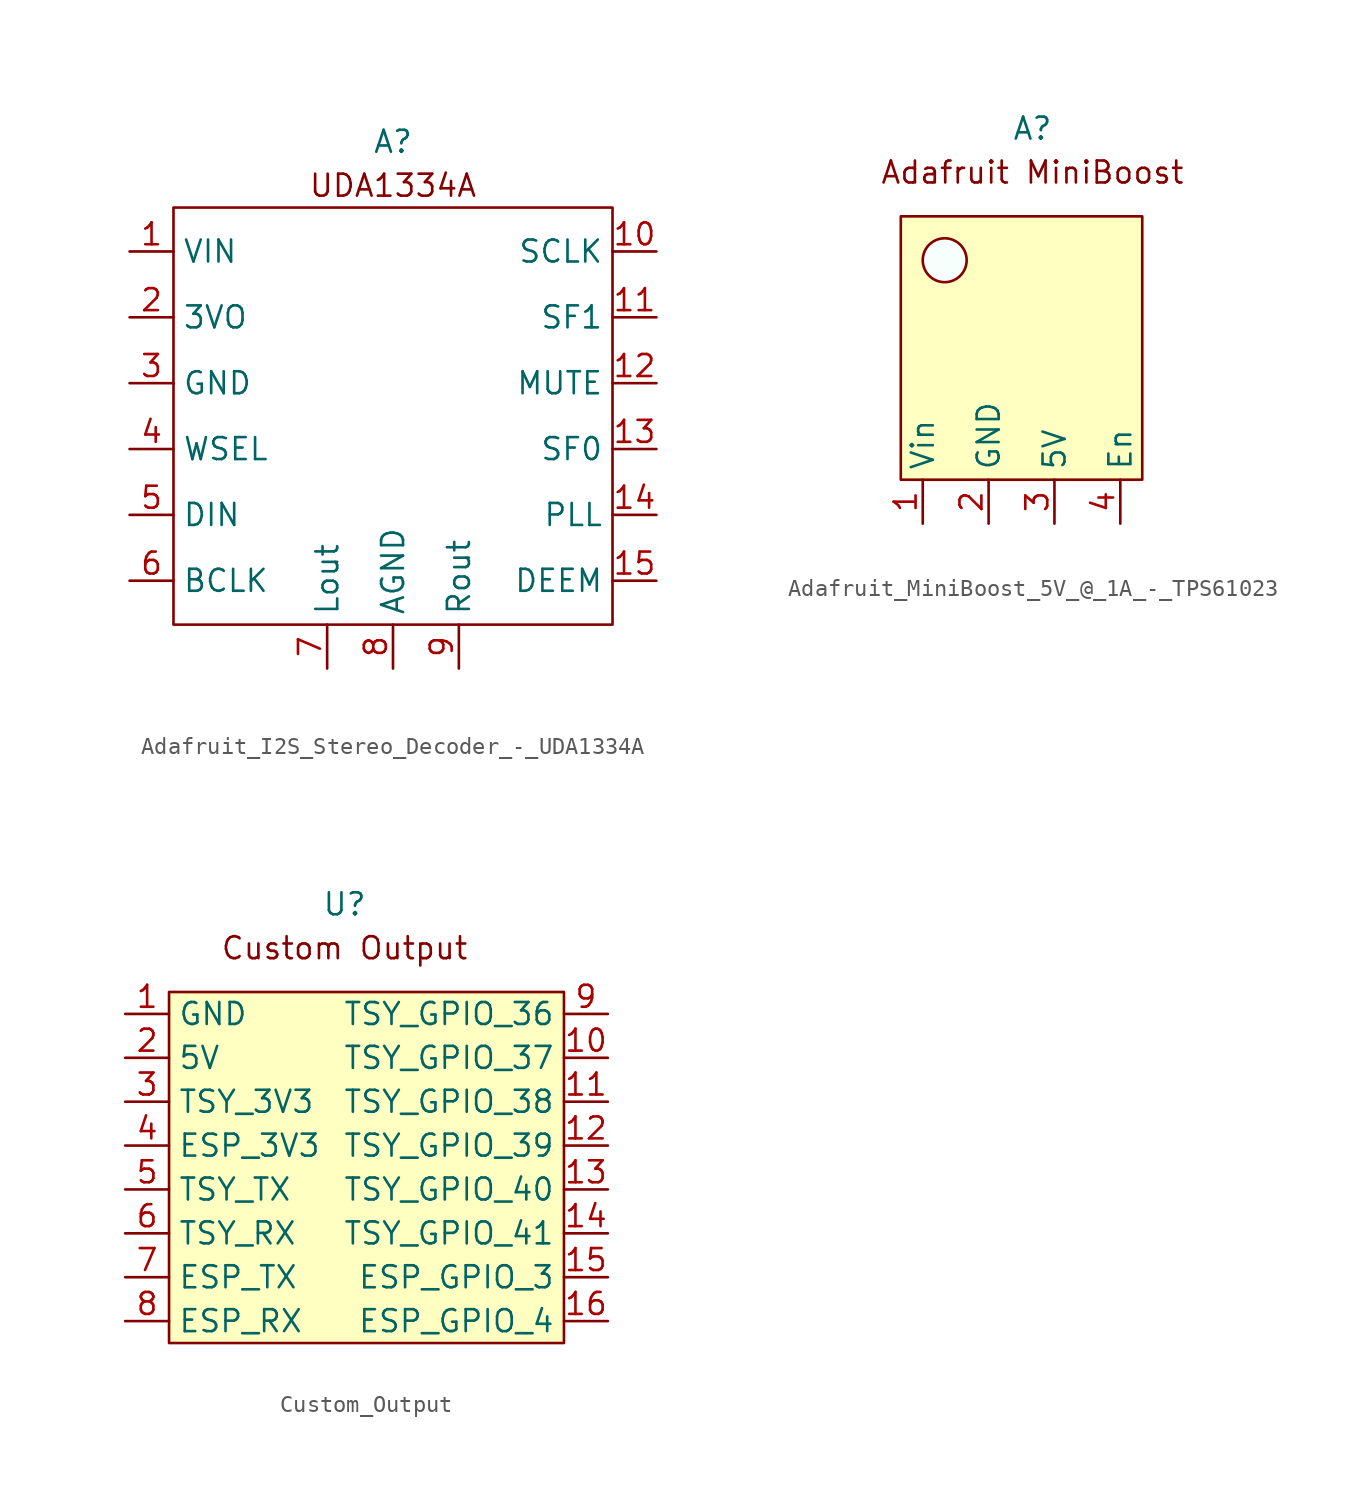
<source format=kicad_sym>
(kicad_symbol_lib
  (version 20220914)
  (generator kicad_symbol_editor)
  (symbol "Adafruit_I2S_Stereo_Decoder_-_UDA1334A"
    (property "Reference" "A"
      (at 0 0 0)
      (effects (font (size 1.27 1.27))))
    (property "Value" ""
      (at -5.08 -3.81 0)
      (effects (font (size 1.27 1.27))))
    (symbol "Adafruit_I2S_Stereo_Decoder_-_UDA1334A_1_1"
      (rectangle (start -12.7 -3.81) (end 12.7 -27.94) (stroke (width 0) (type default)) (fill (type none)))
      (text "UDA1334A\n" (at 0 -2.54 0) (effects (font (size 1.27 1.27))))
      (pin power_in line (at -15.24 -6.35 0) (length 2.54) (name "VIN" (effects (font (size 1.27 1.27)))) (number "1" (effects (font (size 1.27 1.27)))))
      (pin input line (at 15.24 -6.35 180) (length 2.54) (name "SCLK" (effects (font (size 1.27 1.27)))) (number "10" (effects (font (size 1.27 1.27)))))
      (pin input line (at 15.24 -10.16 180) (length 2.54) (name "SF1" (effects (font (size 1.27 1.27)))) (number "11" (effects (font (size 1.27 1.27)))))
      (pin input line (at 15.24 -13.97 180) (length 2.54) (name "MUTE" (effects (font (size 1.27 1.27)))) (number "12" (effects (font (size 1.27 1.27)))))
      (pin input line (at 15.24 -17.78 180) (length 2.54) (name "SF0" (effects (font (size 1.27 1.27)))) (number "13" (effects (font (size 1.27 1.27)))))
      (pin input line (at 15.24 -21.59 180) (length 2.54) (name "PLL" (effects (font (size 1.27 1.27)))) (number "14" (effects (font (size 1.27 1.27)))))
      (pin input line (at 15.24 -25.4 180) (length 2.54) (name "DEEM" (effects (font (size 1.27 1.27)))) (number "15" (effects (font (size 1.27 1.27)))))
      (pin power_out line (at -15.24 -10.16 0) (length 2.54) (name "3VO" (effects (font (size 1.27 1.27)))) (number "2" (effects (font (size 1.27 1.27)))))
      (pin power_in line (at -15.24 -13.97 0) (length 2.54) (name "GND" (effects (font (size 1.27 1.27)))) (number "3" (effects (font (size 1.27 1.27)))))
      (pin input line (at -15.24 -17.78 0) (length 2.54) (name "WSEL" (effects (font (size 1.27 1.27)))) (number "4" (effects (font (size 1.27 1.27)))))
      (pin input line (at -15.24 -21.59 0) (length 2.54) (name "DIN" (effects (font (size 1.27 1.27)))) (number "5" (effects (font (size 1.27 1.27)))))
      (pin input line (at -15.24 -25.4 0) (length 2.54) (name "BCLK" (effects (font (size 1.27 1.27)))) (number "6" (effects (font (size 1.27 1.27)))))
      (pin output line (at -3.81 -30.48 90) (length 2.54) (name "Lout" (effects (font (size 1.27 1.27)))) (number "7" (effects (font (size 1.27 1.27)))))
      (pin output line (at 0 -30.48 90) (length 2.54) (name "AGND" (effects (font (size 1.27 1.27)))) (number "8" (effects (font (size 1.27 1.27)))))
      (pin output line (at 3.81 -30.48 90) (length 2.54) (name "Rout" (effects (font (size 1.27 1.27)))) (number "9" (effects (font (size 1.27 1.27)))))))
  (symbol "Adafruit_MiniBoost_5V_@_1A_-_TPS61023"
    (property "Reference" "A"
      (at 0 0 0)
      (effects (font (size 1.27 1.27))))
    (property "Value" ""
      (at 0 0 0)
      (effects (font (size 1.27 1.27))))
    (symbol "Adafruit_MiniBoost_5V_@_1A_-_TPS61023_1_1"
      (rectangle (start -7.62 -5.08) (end 6.35 -20.32) (stroke (width 0) (type default)) (fill (type background)))
      (circle (center -5.08 -7.62) (radius 1.27) (stroke (width 0) (type default)) (fill (type color) (color 246 255 251 1)))
      (text "Adafruit MiniBoost" (at 0 -2.54 0) (effects (font (size 1.27 1.27))))
      (pin power_in line (at -6.35 -22.86 90) (length 2.54) (name "Vin" (effects (font (size 1.27 1.27)))) (number "1" (effects (font (size 1.27 1.27)))))
      (pin power_in line (at -2.54 -22.86 90) (length 2.54) (name "GND" (effects (font (size 1.27 1.27)))) (number "2" (effects (font (size 1.27 1.27)))))
      (pin power_out line (at 1.27 -22.86 90) (length 2.54) (name "5V" (effects (font (size 1.27 1.27)))) (number "3" (effects (font (size 1.27 1.27)))))
      (pin input line (at 5.08 -22.86 90) (length 2.54) (name "En" (effects (font (size 1.27 1.27)))) (number "4" (effects (font (size 1.27 1.27)))))))
  (symbol "Custom_Output"
    (property "Reference" "U"
      (at 0 0 0)
      (effects (font (size 1.27 1.27))))
    (property "Value" ""
      (at 0 0 0)
      (effects (font (size 1.27 1.27))))
    (symbol "Custom_Output_1_1"
      (rectangle (start -10.16 -5.08) (end 12.7 -25.4) (stroke (width 0) (type default)) (fill (type background)))
      (text "Custom Output" (at 0 -2.54 0) (effects (font (size 1.27 1.27))))
      (pin power_out line (at -12.7 -6.35 0) (length 2.54) (name "GND" (effects (font (size 1.27 1.27)))) (number "1" (effects (font (size 1.27 1.27)))))
      (pin bidirectional line (at 15.24 -8.89 180) (length 2.54) (name "TSY_GPIO_37" (effects (font (size 1.27 1.27)))) (number "10" (effects (font (size 1.27 1.27)))))
      (pin bidirectional line (at 15.24 -11.43 180) (length 2.54) (name "TSY_GPIO_38" (effects (font (size 1.27 1.27)))) (number "11" (effects (font (size 1.27 1.27)))))
      (pin bidirectional line (at 15.24 -13.97 180) (length 2.54) (name "TSY_GPIO_39" (effects (font (size 1.27 1.27)))) (number "12" (effects (font (size 1.27 1.27)))))
      (pin bidirectional line (at 15.24 -16.51 180) (length 2.54) (name "TSY_GPIO_40" (effects (font (size 1.27 1.27)))) (number "13" (effects (font (size 1.27 1.27)))))
      (pin bidirectional line (at 15.24 -19.05 180) (length 2.54) (name "TSY_GPIO_41" (effects (font (size 1.27 1.27)))) (number "14" (effects (font (size 1.27 1.27)))))
      (pin bidirectional line (at 15.24 -21.59 180) (length 2.54) (name "ESP_GPIO_3" (effects (font (size 1.27 1.27)))) (number "15" (effects (font (size 1.27 1.27)))))
      (pin bidirectional line (at 15.24 -24.13 180) (length 2.54) (name "ESP_GPIO_4" (effects (font (size 1.27 1.27)))) (number "16" (effects (font (size 1.27 1.27)))))
      (pin power_out line (at -12.7 -8.89 0) (length 2.54) (name "5V" (effects (font (size 1.27 1.27)))) (number "2" (effects (font (size 1.27 1.27)))))
      (pin power_out line (at -12.7 -11.43 0) (length 2.54) (name "TSY_3V3" (effects (font (size 1.27 1.27)))) (number "3" (effects (font (size 1.27 1.27)))))
      (pin power_out line (at -12.7 -13.97 0) (length 2.54) (name "ESP_3V3" (effects (font (size 1.27 1.27)))) (number "4" (effects (font (size 1.27 1.27)))))
      (pin output line (at -12.7 -16.51 0) (length 2.54) (name "TSY_TX" (effects (font (size 1.27 1.27)))) (number "5" (effects (font (size 1.27 1.27)))))
      (pin input line (at -12.7 -19.05 0) (length 2.54) (name "TSY_RX" (effects (font (size 1.27 1.27)))) (number "6" (effects (font (size 1.27 1.27)))))
      (pin output line (at -12.7 -21.59 0) (length 2.54) (name "ESP_TX" (effects (font (size 1.27 1.27)))) (number "7" (effects (font (size 1.27 1.27)))))
      (pin input line (at -12.7 -24.13 0) (length 2.54) (name "ESP_RX" (effects (font (size 1.27 1.27)))) (number "8" (effects (font (size 1.27 1.27)))))
      (pin bidirectional line (at 15.24 -6.35 180) (length 2.54) (name "TSY_GPIO_36" (effects (font (size 1.27 1.27)))) (number "9" (effects (font (size 1.27 1.27))))))))
</source>
